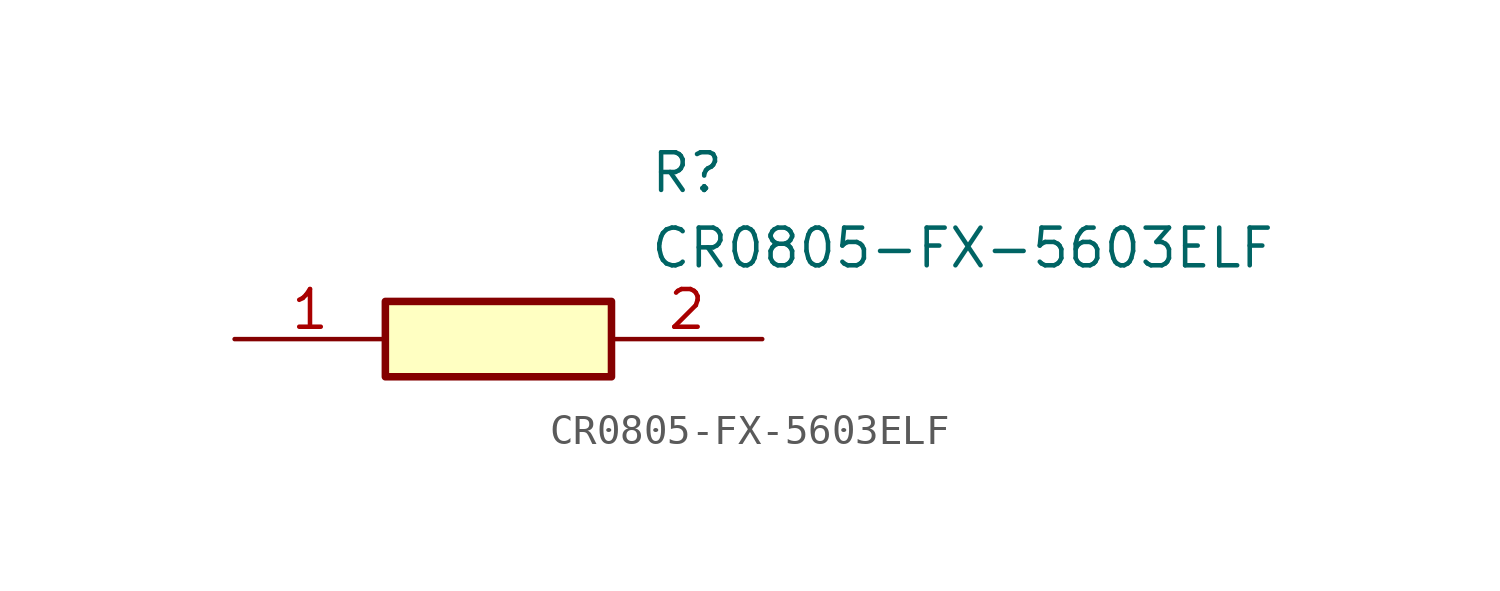
<source format=kicad_sym>
(kicad_symbol_lib
  (version 20211014)
  (generator SamacSys_ECAD_Model)
  (symbol "CR0805-FX-5603ELF"
    (pin_names hide)
    (property "Reference" "R"
      (at 13.97 6.35 0)
      (effects (font (size 1.27 1.27)) (justify left top)))
    (property "Value" "CR0805-FX-5603ELF"
      (at 13.97 3.81 0)
      (effects (font (size 1.27 1.27)) (justify left top)))
    (rectangle
      (start 5.08 1.27)
      (end 12.7 -1.27)
      (stroke (width 0.254) (type default))
      (fill (type background)))
    (pin passive line
      (at 0 0 0)
      (length 5.08)
      (name "1" (effects (font (size 1.27 1.27))))
      (number "1" (effects (font (size 1.27 1.27)))))
    (pin passive line
      (at 17.78 0 180)
      (length 5.08)
      (name "2" (effects (font (size 1.27 1.27))))
      (number "2" (effects (font (size 1.27 1.27)))))))
</source>
